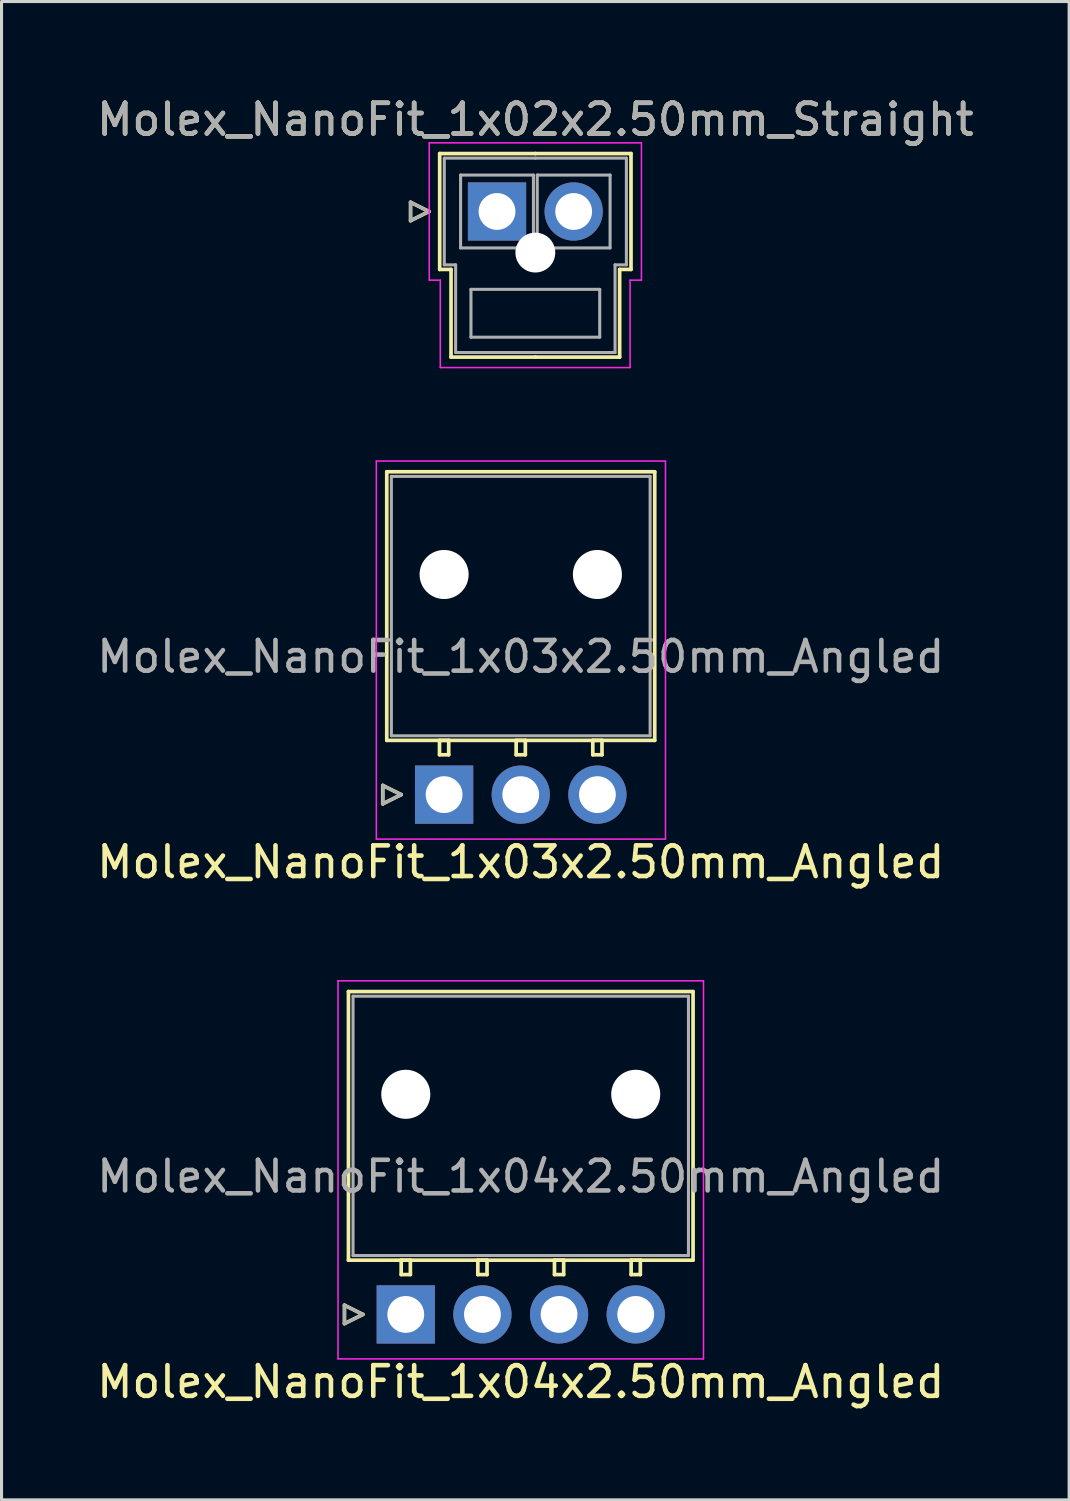
<source format=kicad_pcb>
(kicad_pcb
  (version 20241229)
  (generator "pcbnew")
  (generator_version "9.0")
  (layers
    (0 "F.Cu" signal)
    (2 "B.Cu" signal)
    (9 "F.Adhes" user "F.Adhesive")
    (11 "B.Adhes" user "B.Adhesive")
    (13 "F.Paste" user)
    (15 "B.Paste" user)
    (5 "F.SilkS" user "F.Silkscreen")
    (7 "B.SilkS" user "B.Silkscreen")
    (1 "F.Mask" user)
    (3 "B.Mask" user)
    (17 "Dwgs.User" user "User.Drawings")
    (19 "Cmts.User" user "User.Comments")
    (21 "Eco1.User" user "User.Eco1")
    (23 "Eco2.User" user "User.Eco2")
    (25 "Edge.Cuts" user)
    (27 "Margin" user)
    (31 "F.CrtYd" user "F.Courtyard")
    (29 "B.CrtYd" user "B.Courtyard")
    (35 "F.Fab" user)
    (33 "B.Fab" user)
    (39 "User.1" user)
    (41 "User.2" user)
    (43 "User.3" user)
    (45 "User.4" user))
  (footprint "Molex_NanoFit_1x03x2.50mm_Angled"
    (layer "F.Cu")
    (at 11.435 22.868)
    (property "Reference" "Molex_NanoFit_1x03x2.50mm_Angled" (at 2.5 2.2 0) (layer "F.SilkS") (effects (font (size 1 1) (thickness 0.15))))
    (attr through_hole)
    (fp_line (start -2 -0.3) (end -1.4 0) (stroke (width 0.12) (type solid)) (layer "F.SilkS"))
    (fp_line (start -2 0.3) (end -2 -0.3) (stroke (width 0.12) (type solid)) (layer "F.SilkS"))
    (fp_line (start -1.87 -10.53) (end -1.87 -1.77) (stroke (width 0.12) (type solid)) (layer "F.SilkS"))
    (fp_line (start -1.87 -1.77) (end 6.87 -1.77) (stroke (width 0.12) (type solid)) (layer "F.SilkS"))
    (fp_line (start -1.4 0) (end -2 0.3) (stroke (width 0.12) (type solid)) (layer "F.SilkS"))
    (fp_line (start -0.15 -1.77) (end -0.15 -1.3) (stroke (width 0.12) (type solid)) (layer "F.SilkS"))
    (fp_line (start -0.15 -1.3) (end 0.15 -1.3) (stroke (width 0.12) (type solid)) (layer "F.SilkS"))
    (fp_line (start 0.15 -1.77) (end -0.15 -1.77) (stroke (width 0.12) (type solid)) (layer "F.SilkS"))
    (fp_line (start 0.15 -1.3) (end 0.15 -1.77) (stroke (width 0.12) (type solid)) (layer "F.SilkS"))
    (fp_line (start 2.35 -1.77) (end 2.35 -1.3) (stroke (width 0.12) (type solid)) (layer "F.SilkS"))
    (fp_line (start 2.35 -1.3) (end 2.65 -1.3) (stroke (width 0.12) (type solid)) (layer "F.SilkS"))
    (fp_line (start 2.65 -1.77) (end 2.35 -1.77) (stroke (width 0.12) (type solid)) (layer "F.SilkS"))
    (fp_line (start 2.65 -1.3) (end 2.65 -1.77) (stroke (width 0.12) (type solid)) (layer "F.SilkS"))
    (fp_line (start 4.85 -1.77) (end 4.85 -1.3) (stroke (width 0.12) (type solid)) (layer "F.SilkS"))
    (fp_line (start 4.85 -1.3) (end 5.15 -1.3) (stroke (width 0.12) (type solid)) (layer "F.SilkS"))
    (fp_line (start 5.15 -1.77) (end 4.85 -1.77) (stroke (width 0.12) (type solid)) (layer "F.SilkS"))
    (fp_line (start 5.15 -1.3) (end 5.15 -1.77) (stroke (width 0.12) (type solid)) (layer "F.SilkS"))
    (fp_line (start 6.87 -10.53) (end -1.87 -10.53) (stroke (width 0.12) (type solid)) (layer "F.SilkS"))
    (fp_line (start 6.87 -1.77) (end 6.87 -10.53) (stroke (width 0.12) (type solid)) (layer "F.SilkS"))
    (fp_line (start -2.21 -10.88) (end -2.21 1.45) (stroke (width 0.05) (type solid)) (layer "F.CrtYd"))
    (fp_line (start -2.21 1.45) (end 7.22 1.45) (stroke (width 0.05) (type solid)) (layer "F.CrtYd"))
    (fp_line (start 7.22 -10.88) (end -2.21 -10.88) (stroke (width 0.05) (type solid)) (layer "F.CrtYd"))
    (fp_line (start 7.22 1.45) (end 7.22 -10.88) (stroke (width 0.05) (type solid)) (layer "F.CrtYd"))
    (fp_line (start -2 -0.3) (end -1.4 0) (stroke (width 0.1) (type solid)) (layer "F.Fab"))
    (fp_line (start -2 0.3) (end -2 -0.3) (stroke (width 0.1) (type solid)) (layer "F.Fab"))
    (fp_line (start -1.72 -10.38) (end -1.72 -1.92) (stroke (width 0.1) (type solid)) (layer "F.Fab"))
    (fp_line (start -1.72 -1.92) (end 6.72 -1.92) (stroke (width 0.1) (type solid)) (layer "F.Fab"))
    (fp_line (start -1.4 0) (end -2 0.3) (stroke (width 0.1) (type solid)) (layer "F.Fab"))
    (fp_line (start 6.72 -10.38) (end -1.72 -10.38) (stroke (width 0.1) (type solid)) (layer "F.Fab"))
    (fp_line (start 6.72 -1.92) (end 6.72 -10.38) (stroke (width 0.1) (type solid)) (layer "F.Fab"))
    (fp_text user "${REFERENCE}" (at 2.5 -4.5 0) (layer "F.Fab") (effects (font (size 1 1) (thickness 0.15))))
    (pad "" np_thru_hole circle (at 0 -7.18) (size 1.6 1.6) (drill 1.6) (layers "*.Cu" "*.Mask"))
    (pad "" np_thru_hole circle (at 5 -7.18) (size 1.6 1.6) (drill 1.6) (layers "*.Cu" "*.Mask"))
    (pad "1" thru_hole rect (at 0 0) (size 1.9 1.9) (drill 1.2) (layers "*.Cu" "*.Mask"))
    (pad "2" thru_hole circle (at 2.5 0) (size 1.9 1.9) (drill 1.2) (layers "*.Cu" "*.Mask"))
    (pad "3" thru_hole circle (at 5 0) (size 1.9 1.9) (drill 1.2) (layers "*.Cu" "*.Mask")))
  (footprint "Molex_NanoFit_1x04x2.50mm_Angled"
    (layer "F.Cu")
    (at 10.185 39.822)
    (property "Reference" "Molex_NanoFit_1x04x2.50mm_Angled" (at 3.75 2.2 0) (layer "F.SilkS") (effects (font (size 1 1) (thickness 0.15))))
    (attr through_hole)
    (fp_line (start -2 -0.3) (end -1.4 0) (stroke (width 0.12) (type solid)) (layer "F.SilkS"))
    (fp_line (start -2 0.3) (end -2 -0.3) (stroke (width 0.12) (type solid)) (layer "F.SilkS"))
    (fp_line (start -1.87 -10.53) (end -1.87 -1.77) (stroke (width 0.12) (type solid)) (layer "F.SilkS"))
    (fp_line (start -1.87 -1.77) (end 9.37 -1.77) (stroke (width 0.12) (type solid)) (layer "F.SilkS"))
    (fp_line (start -1.4 0) (end -2 0.3) (stroke (width 0.12) (type solid)) (layer "F.SilkS"))
    (fp_line (start -0.15 -1.77) (end -0.15 -1.3) (stroke (width 0.12) (type solid)) (layer "F.SilkS"))
    (fp_line (start -0.15 -1.3) (end 0.15 -1.3) (stroke (width 0.12) (type solid)) (layer "F.SilkS"))
    (fp_line (start 0.15 -1.77) (end -0.15 -1.77) (stroke (width 0.12) (type solid)) (layer "F.SilkS"))
    (fp_line (start 0.15 -1.3) (end 0.15 -1.77) (stroke (width 0.12) (type solid)) (layer "F.SilkS"))
    (fp_line (start 2.35 -1.77) (end 2.35 -1.3) (stroke (width 0.12) (type solid)) (layer "F.SilkS"))
    (fp_line (start 2.35 -1.3) (end 2.65 -1.3) (stroke (width 0.12) (type solid)) (layer "F.SilkS"))
    (fp_line (start 2.65 -1.77) (end 2.35 -1.77) (stroke (width 0.12) (type solid)) (layer "F.SilkS"))
    (fp_line (start 2.65 -1.3) (end 2.65 -1.77) (stroke (width 0.12) (type solid)) (layer "F.SilkS"))
    (fp_line (start 4.85 -1.77) (end 4.85 -1.3) (stroke (width 0.12) (type solid)) (layer "F.SilkS"))
    (fp_line (start 4.85 -1.3) (end 5.15 -1.3) (stroke (width 0.12) (type solid)) (layer "F.SilkS"))
    (fp_line (start 5.15 -1.77) (end 4.85 -1.77) (stroke (width 0.12) (type solid)) (layer "F.SilkS"))
    (fp_line (start 5.15 -1.3) (end 5.15 -1.77) (stroke (width 0.12) (type solid)) (layer "F.SilkS"))
    (fp_line (start 7.35 -1.77) (end 7.35 -1.3) (stroke (width 0.12) (type solid)) (layer "F.SilkS"))
    (fp_line (start 7.35 -1.3) (end 7.65 -1.3) (stroke (width 0.12) (type solid)) (layer "F.SilkS"))
    (fp_line (start 7.65 -1.77) (end 7.35 -1.77) (stroke (width 0.12) (type solid)) (layer "F.SilkS"))
    (fp_line (start 7.65 -1.3) (end 7.65 -1.77) (stroke (width 0.12) (type solid)) (layer "F.SilkS"))
    (fp_line (start 9.37 -10.53) (end -1.87 -10.53) (stroke (width 0.12) (type solid)) (layer "F.SilkS"))
    (fp_line (start 9.37 -1.77) (end 9.37 -10.53) (stroke (width 0.12) (type solid)) (layer "F.SilkS"))
    (fp_line (start -2.21 -10.88) (end -2.21 1.45) (stroke (width 0.05) (type solid)) (layer "F.CrtYd"))
    (fp_line (start -2.21 1.45) (end 9.71 1.45) (stroke (width 0.05) (type solid)) (layer "F.CrtYd"))
    (fp_line (start 9.71 -10.88) (end -2.21 -10.88) (stroke (width 0.05) (type solid)) (layer "F.CrtYd"))
    (fp_line (start 9.71 1.45) (end 9.71 -10.88) (stroke (width 0.05) (type solid)) (layer "F.CrtYd"))
    (fp_line (start -2 -0.3) (end -1.4 0) (stroke (width 0.1) (type solid)) (layer "F.Fab"))
    (fp_line (start -2 0.3) (end -2 -0.3) (stroke (width 0.1) (type solid)) (layer "F.Fab"))
    (fp_line (start -1.72 -10.38) (end -1.72 -1.92) (stroke (width 0.1) (type solid)) (layer "F.Fab"))
    (fp_line (start -1.72 -1.92) (end 9.22 -1.92) (stroke (width 0.1) (type solid)) (layer "F.Fab"))
    (fp_line (start -1.4 0) (end -2 0.3) (stroke (width 0.1) (type solid)) (layer "F.Fab"))
    (fp_line (start 9.22 -10.38) (end -1.72 -10.38) (stroke (width 0.1) (type solid)) (layer "F.Fab"))
    (fp_line (start 9.22 -1.92) (end 9.22 -10.38) (stroke (width 0.1) (type solid)) (layer "F.Fab"))
    (fp_text user "${REFERENCE}" (at 3.75 -4.5 0) (layer "F.Fab") (effects (font (size 1 1) (thickness 0.15))))
    (pad "" np_thru_hole circle (at 0 -7.18) (size 1.6 1.6) (drill 1.6) (layers "*.Cu" "*.Mask"))
    (pad "" np_thru_hole circle (at 7.5 -7.18) (size 1.6 1.6) (drill 1.6) (layers "*.Cu" "*.Mask"))
    (pad "1" thru_hole rect (at 0 0) (size 1.9 1.9) (drill 1.2) (layers "*.Cu" "*.Mask"))
    (pad "2" thru_hole circle (at 2.5 0) (size 1.9 1.9) (drill 1.2) (layers "*.Cu" "*.Mask"))
    (pad "3" thru_hole circle (at 5 0) (size 1.9 1.9) (drill 1.2) (layers "*.Cu" "*.Mask"))
    (pad "4" thru_hole circle (at 7.5 0) (size 1.9 1.9) (drill 1.2) (layers "*.Cu" "*.Mask")))
  (footprint "Molex_NanoFit_1x02x2.50mm_Straight"
    (layer "F.Cu")
    (at 13.161 3.848)
    (property "Reference" "Molex_NanoFit_1x02x2.50mm_Straight" (at 1.25 -3 0) (layer "F.SilkS") (effects (font (size 1 1) (thickness 0.15))))
    (attr through_hole)
    (fp_line (start -2.82 -0.3) (end -2.22 0) (stroke (width 0.12) (type solid)) (layer "F.SilkS"))
    (fp_line (start -2.82 0.3) (end -2.82 -0.3) (stroke (width 0.12) (type solid)) (layer "F.SilkS"))
    (fp_line (start -2.22 0) (end -2.82 0.3) (stroke (width 0.12) (type solid)) (layer "F.SilkS"))
    (fp_line (start -1.87 -1.89) (end -1.87 1.89) (stroke (width 0.12) (type solid)) (layer "F.SilkS"))
    (fp_line (start -1.87 1.89) (end -1.5 1.89) (stroke (width 0.12) (type solid)) (layer "F.SilkS"))
    (fp_line (start -1.5 1.89) (end -1.5 4.75) (stroke (width 0.12) (type solid)) (layer "F.SilkS"))
    (fp_line (start -1.5 4.75) (end 1.25 4.75) (stroke (width 0.12) (type solid)) (layer "F.SilkS"))
    (fp_line (start 1.25 -1.89) (end -1.87 -1.89) (stroke (width 0.12) (type solid)) (layer "F.SilkS"))
    (fp_line (start 1.25 -1.89) (end 4.37 -1.89) (stroke (width 0.12) (type solid)) (layer "F.SilkS"))
    (fp_line (start 4 1.89) (end 4 4.75) (stroke (width 0.12) (type solid)) (layer "F.SilkS"))
    (fp_line (start 4 4.75) (end 1.25 4.75) (stroke (width 0.12) (type solid)) (layer "F.SilkS"))
    (fp_line (start 4.37 -1.89) (end 4.37 1.89) (stroke (width 0.12) (type solid)) (layer "F.SilkS"))
    (fp_line (start 4.37 1.89) (end 4 1.89) (stroke (width 0.12) (type solid)) (layer "F.SilkS"))
    (fp_line (start -2.21 -2.24) (end -2.21 2.24) (stroke (width 0.05) (type solid)) (layer "F.CrtYd"))
    (fp_line (start -2.21 2.24) (end -1.85 2.24) (stroke (width 0.05) (type solid)) (layer "F.CrtYd"))
    (fp_line (start -1.85 2.24) (end -1.85 5.09) (stroke (width 0.05) (type solid)) (layer "F.CrtYd"))
    (fp_line (start -1.85 5.09) (end 4.34 5.09) (stroke (width 0.05) (type solid)) (layer "F.CrtYd"))
    (fp_line (start 4.34 2.24) (end 4.71 2.24) (stroke (width 0.05) (type solid)) (layer "F.CrtYd"))
    (fp_line (start 4.34 5.09) (end 4.34 2.24) (stroke (width 0.05) (type solid)) (layer "F.CrtYd"))
    (fp_line (start 4.71 -2.24) (end -2.21 -2.24) (stroke (width 0.05) (type solid)) (layer "F.CrtYd"))
    (fp_line (start 4.71 2.24) (end 4.71 -2.24) (stroke (width 0.05) (type solid)) (layer "F.CrtYd"))
    (fp_line (start -2.82 -0.3) (end -2.22 0) (stroke (width 0.1) (type solid)) (layer "F.Fab"))
    (fp_line (start -2.82 0.3) (end -2.82 -0.3) (stroke (width 0.1) (type solid)) (layer "F.Fab"))
    (fp_line (start -2.22 0) (end -2.82 0.3) (stroke (width 0.1) (type solid)) (layer "F.Fab"))
    (fp_line (start -1.72 -1.74) (end -1.72 1.74) (stroke (width 0.1) (type solid)) (layer "F.Fab"))
    (fp_line (start -1.72 1.74) (end -1.35 1.74) (stroke (width 0.1) (type solid)) (layer "F.Fab"))
    (fp_line (start -1.35 1.74) (end -1.35 4.6) (stroke (width 0.1) (type solid)) (layer "F.Fab"))
    (fp_line (start -1.35 4.6) (end 1.25 4.6) (stroke (width 0.1) (type solid)) (layer "F.Fab"))
    (fp_line (start -1.188 -1.188) (end -1.188 1.188) (stroke (width 0.1) (type solid)) (layer "F.Fab"))
    (fp_line (start -1.188 1.188) (end 1.188 1.188) (stroke (width 0.1) (type solid)) (layer "F.Fab"))
    (fp_line (start -0.85 2.54) (end -0.85 4.1) (stroke (width 0.1) (type solid)) (layer "F.Fab"))
    (fp_line (start -0.85 4.1) (end 3.35 4.1) (stroke (width 0.1) (type solid)) (layer "F.Fab"))
    (fp_line (start 1.188 -1.188) (end -1.188 -1.188) (stroke (width 0.1) (type solid)) (layer "F.Fab"))
    (fp_line (start 1.188 1.188) (end 1.188 -1.188) (stroke (width 0.1) (type solid)) (layer "F.Fab"))
    (fp_line (start 1.25 -1.74) (end -1.72 -1.74) (stroke (width 0.1) (type solid)) (layer "F.Fab"))
    (fp_line (start 1.25 -1.74) (end 4.22 -1.74) (stroke (width 0.1) (type solid)) (layer "F.Fab"))
    (fp_line (start 1.312 -1.188) (end 1.312 1.188) (stroke (width 0.1) (type solid)) (layer "F.Fab"))
    (fp_line (start 1.312 1.188) (end 3.688 1.188) (stroke (width 0.1) (type solid)) (layer "F.Fab"))
    (fp_line (start 3.35 2.54) (end -0.85 2.54) (stroke (width 0.1) (type solid)) (layer "F.Fab"))
    (fp_line (start 3.35 4.1) (end 3.35 2.54) (stroke (width 0.1) (type solid)) (layer "F.Fab"))
    (fp_line (start 3.688 -1.188) (end 1.312 -1.188) (stroke (width 0.1) (type solid)) (layer "F.Fab"))
    (fp_line (start 3.688 1.188) (end 3.688 -1.188) (stroke (width 0.1) (type solid)) (layer "F.Fab"))
    (fp_line (start 3.85 1.74) (end 3.85 4.6) (stroke (width 0.1) (type solid)) (layer "F.Fab"))
    (fp_line (start 3.85 4.6) (end 1.25 4.6) (stroke (width 0.1) (type solid)) (layer "F.Fab"))
    (fp_line (start 4.22 -1.74) (end 4.22 1.74) (stroke (width 0.1) (type solid)) (layer "F.Fab"))
    (fp_line (start 4.22 1.74) (end 3.85 1.74) (stroke (width 0.1) (type solid)) (layer "F.Fab"))
    (fp_text user "${REFERENCE}" (at 1.25 -3 0) (layer "F.Fab") (effects (font (size 1 1) (thickness 0.15))))
    (pad "" np_thru_hole circle (at 1.25 1.34) (size 1.3 1.3) (drill 1.3) (layers "*.Cu" "*.Mask"))
    (pad "1" thru_hole rect (at 0 0) (size 1.9 1.9) (drill 1.2) (layers "*.Cu" "*.Mask"))
    (pad "2" thru_hole circle (at 2.5 0) (size 1.9 1.9) (drill 1.2) (layers "*.Cu" "*.Mask")))
  (gr_rect
    (start -3 -3)
    (end 31.821 45.87)
    (stroke (width 0.1) (type default))
    (fill no)
    (layer "Edge.Cuts")))
</source>
